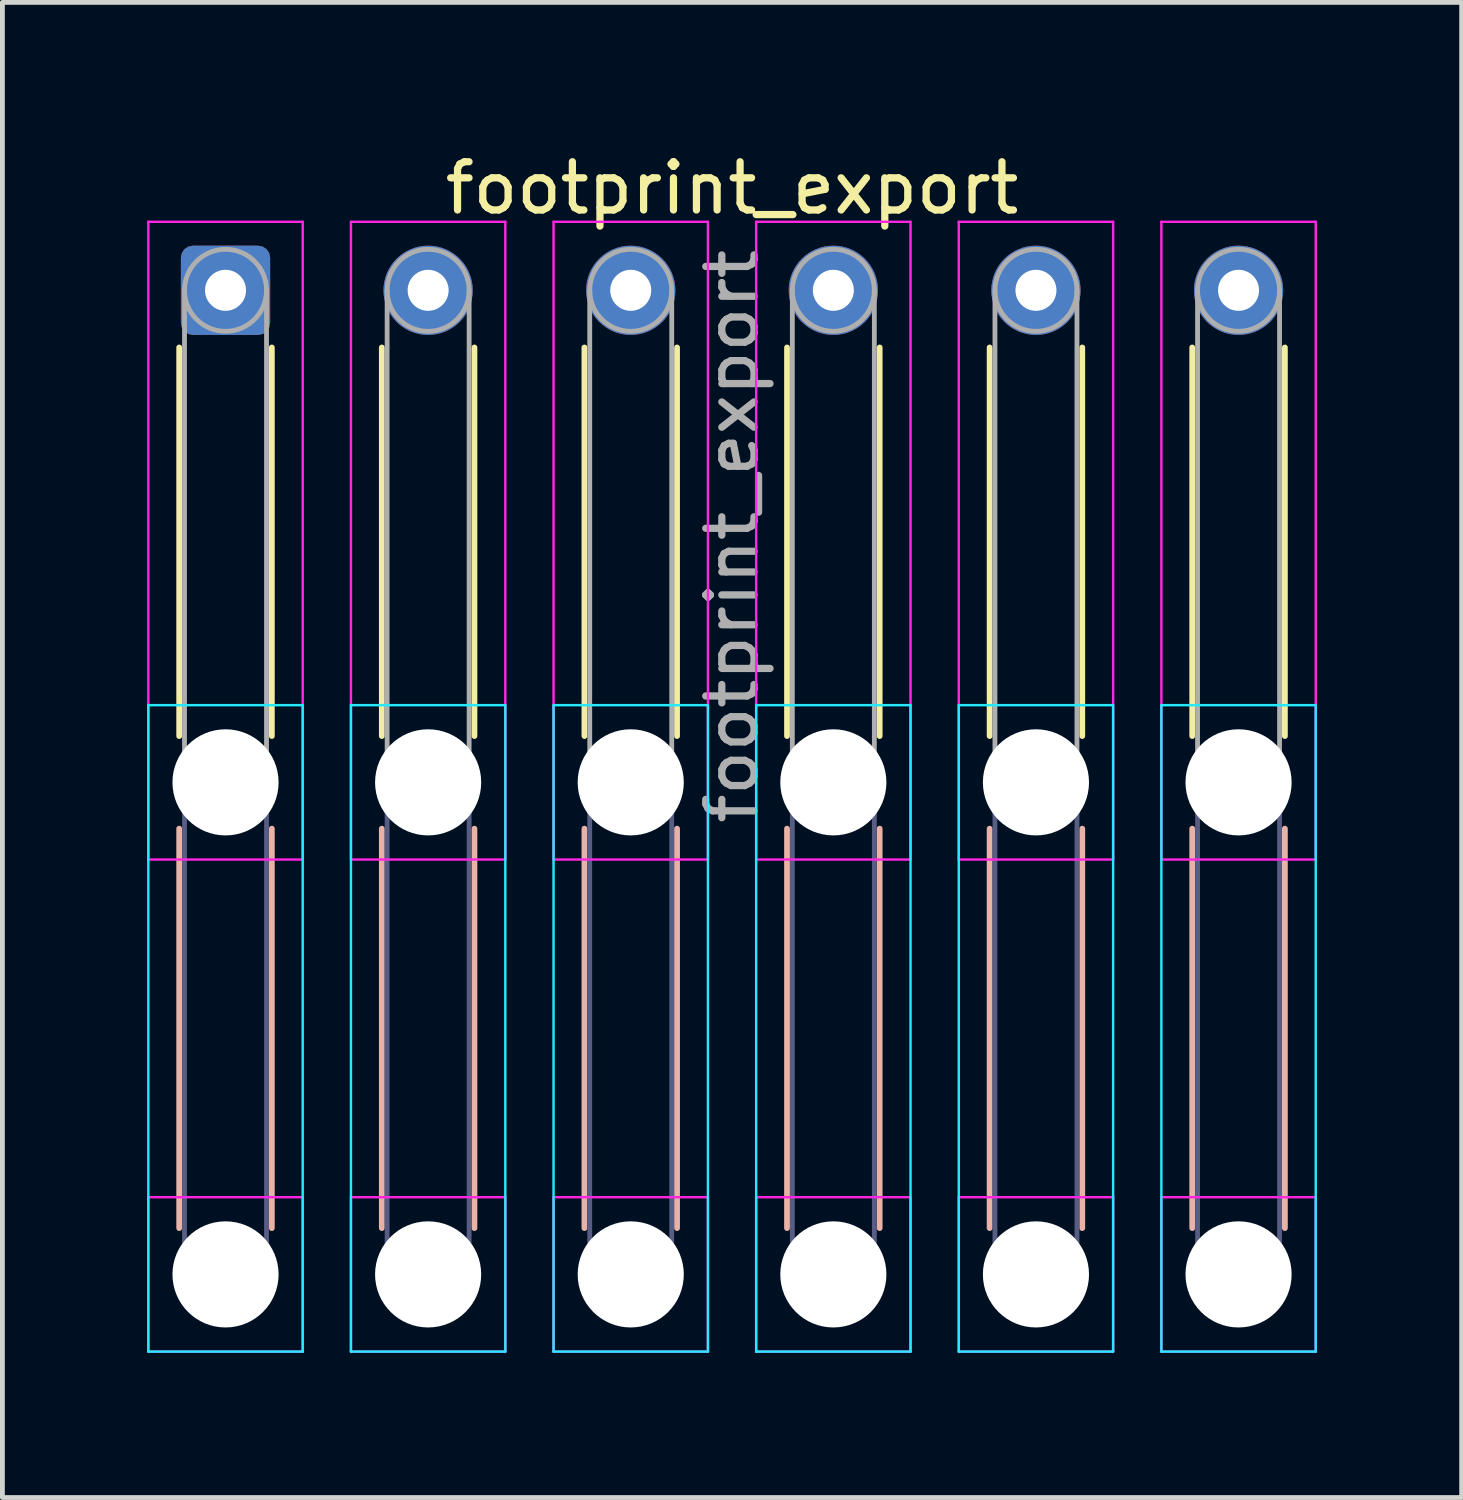
<source format=kicad_pcb>
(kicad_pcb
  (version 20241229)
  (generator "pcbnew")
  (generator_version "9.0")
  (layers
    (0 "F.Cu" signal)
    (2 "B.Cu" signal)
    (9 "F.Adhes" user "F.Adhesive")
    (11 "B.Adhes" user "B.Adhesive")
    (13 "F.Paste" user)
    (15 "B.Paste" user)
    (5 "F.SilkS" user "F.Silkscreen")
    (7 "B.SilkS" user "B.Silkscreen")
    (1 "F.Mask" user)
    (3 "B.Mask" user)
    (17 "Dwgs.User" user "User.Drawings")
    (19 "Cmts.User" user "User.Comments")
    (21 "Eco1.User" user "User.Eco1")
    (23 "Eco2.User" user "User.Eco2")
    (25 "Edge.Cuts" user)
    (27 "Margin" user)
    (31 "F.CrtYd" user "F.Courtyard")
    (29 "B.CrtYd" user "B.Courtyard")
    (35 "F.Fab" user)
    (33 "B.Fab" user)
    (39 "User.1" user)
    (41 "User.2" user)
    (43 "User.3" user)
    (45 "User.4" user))
  (footprint "footprint_export"
    (layer "F.Cu")
    (at 1.625 2.968)
    (property "Reference" "footprint_export" (at 10.5 -2.12 0) (layer "F.SilkS") (effects (font (size 1 1) (thickness 0.15))))
    (attr exclude_from_pos_files exclude_from_bom)
    (fp_line (start -0.96 1.185) (end -0.96 9.24) (stroke (width 0.12) (type solid)) (layer "F.SilkS"))
    (fp_line (start 0.96 1.185) (end 0.96 9.24) (stroke (width 0.12) (type solid)) (layer "F.SilkS"))
    (fp_line (start 3.24 1.185) (end 3.24 9.24) (stroke (width 0.12) (type solid)) (layer "F.SilkS"))
    (fp_line (start 5.16 1.185) (end 5.16 9.24) (stroke (width 0.12) (type solid)) (layer "F.SilkS"))
    (fp_line (start 7.44 1.185) (end 7.44 9.24) (stroke (width 0.12) (type solid)) (layer "F.SilkS"))
    (fp_line (start 9.36 1.185) (end 9.36 9.24) (stroke (width 0.12) (type solid)) (layer "F.SilkS"))
    (fp_line (start 11.64 1.185) (end 11.64 9.24) (stroke (width 0.12) (type solid)) (layer "F.SilkS"))
    (fp_line (start 13.56 1.185) (end 13.56 9.24) (stroke (width 0.12) (type solid)) (layer "F.SilkS"))
    (fp_line (start 15.84 1.185) (end 15.84 9.24) (stroke (width 0.12) (type solid)) (layer "F.SilkS"))
    (fp_line (start 17.76 1.185) (end 17.76 9.24) (stroke (width 0.12) (type solid)) (layer "F.SilkS"))
    (fp_line (start 20.04 1.185) (end 20.04 9.24) (stroke (width 0.12) (type solid)) (layer "F.SilkS"))
    (fp_line (start 21.96 1.185) (end 21.96 9.24) (stroke (width 0.12) (type solid)) (layer "F.SilkS"))
    (fp_line (start -0.96 11.16) (end -0.96 19.44) (stroke (width 0.12) (type solid)) (layer "B.SilkS"))
    (fp_line (start 0.96 11.16) (end 0.96 19.44) (stroke (width 0.12) (type solid)) (layer "B.SilkS"))
    (fp_line (start 3.24 11.16) (end 3.24 19.44) (stroke (width 0.12) (type solid)) (layer "B.SilkS"))
    (fp_line (start 5.16 11.16) (end 5.16 19.44) (stroke (width 0.12) (type solid)) (layer "B.SilkS"))
    (fp_line (start 7.44 11.16) (end 7.44 19.44) (stroke (width 0.12) (type solid)) (layer "B.SilkS"))
    (fp_line (start 9.36 11.16) (end 9.36 19.44) (stroke (width 0.12) (type solid)) (layer "B.SilkS"))
    (fp_line (start 11.64 11.16) (end 11.64 19.44) (stroke (width 0.12) (type solid)) (layer "B.SilkS"))
    (fp_line (start 13.56 11.16) (end 13.56 19.44) (stroke (width 0.12) (type solid)) (layer "B.SilkS"))
    (fp_line (start 15.84 11.16) (end 15.84 19.44) (stroke (width 0.12) (type solid)) (layer "B.SilkS"))
    (fp_line (start 17.76 11.16) (end 17.76 19.44) (stroke (width 0.12) (type solid)) (layer "B.SilkS"))
    (fp_line (start 20.04 11.16) (end 20.04 19.44) (stroke (width 0.12) (type solid)) (layer "B.SilkS"))
    (fp_line (start 21.96 11.16) (end 21.96 19.44) (stroke (width 0.12) (type solid)) (layer "B.SilkS"))
    (fp_line (start -1.6 8.6) (end -1.6 22) (stroke (width 0.05) (type solid)) (layer "B.CrtYd"))
    (fp_line (start -1.6 22) (end 1.6 22) (stroke (width 0.05) (type solid)) (layer "B.CrtYd"))
    (fp_line (start 1.6 8.6) (end -1.6 8.6) (stroke (width 0.05) (type solid)) (layer "B.CrtYd"))
    (fp_line (start 1.6 22) (end 1.6 8.6) (stroke (width 0.05) (type solid)) (layer "B.CrtYd"))
    (fp_line (start 2.6 8.6) (end 2.6 22) (stroke (width 0.05) (type solid)) (layer "B.CrtYd"))
    (fp_line (start 2.6 22) (end 5.8 22) (stroke (width 0.05) (type solid)) (layer "B.CrtYd"))
    (fp_line (start 5.8 8.6) (end 2.6 8.6) (stroke (width 0.05) (type solid)) (layer "B.CrtYd"))
    (fp_line (start 5.8 22) (end 5.8 8.6) (stroke (width 0.05) (type solid)) (layer "B.CrtYd"))
    (fp_line (start 6.8 8.6) (end 6.8 22) (stroke (width 0.05) (type solid)) (layer "B.CrtYd"))
    (fp_line (start 6.8 22) (end 10 22) (stroke (width 0.05) (type solid)) (layer "B.CrtYd"))
    (fp_line (start 10 8.6) (end 6.8 8.6) (stroke (width 0.05) (type solid)) (layer "B.CrtYd"))
    (fp_line (start 10 22) (end 10 8.6) (stroke (width 0.05) (type solid)) (layer "B.CrtYd"))
    (fp_line (start 11 8.6) (end 11 22) (stroke (width 0.05) (type solid)) (layer "B.CrtYd"))
    (fp_line (start 11 22) (end 14.2 22) (stroke (width 0.05) (type solid)) (layer "B.CrtYd"))
    (fp_line (start 14.2 8.6) (end 11 8.6) (stroke (width 0.05) (type solid)) (layer "B.CrtYd"))
    (fp_line (start 14.2 22) (end 14.2 8.6) (stroke (width 0.05) (type solid)) (layer "B.CrtYd"))
    (fp_line (start 15.2 8.6) (end 15.2 22) (stroke (width 0.05) (type solid)) (layer "B.CrtYd"))
    (fp_line (start 15.2 22) (end 18.4 22) (stroke (width 0.05) (type solid)) (layer "B.CrtYd"))
    (fp_line (start 18.4 8.6) (end 15.2 8.6) (stroke (width 0.05) (type solid)) (layer "B.CrtYd"))
    (fp_line (start 18.4 22) (end 18.4 8.6) (stroke (width 0.05) (type solid)) (layer "B.CrtYd"))
    (fp_line (start 19.4 8.6) (end 19.4 22) (stroke (width 0.05) (type solid)) (layer "B.CrtYd"))
    (fp_line (start 19.4 22) (end 22.6 22) (stroke (width 0.05) (type solid)) (layer "B.CrtYd"))
    (fp_line (start 22.6 8.6) (end 19.4 8.6) (stroke (width 0.05) (type solid)) (layer "B.CrtYd"))
    (fp_line (start 22.6 22) (end 22.6 8.6) (stroke (width 0.05) (type solid)) (layer "B.CrtYd"))
    (fp_line (start -1.6 -1.42) (end -1.6 11.8) (stroke (width 0.05) (type solid)) (layer "F.CrtYd"))
    (fp_line (start -1.6 11.8) (end 1.6 11.8) (stroke (width 0.05) (type solid)) (layer "F.CrtYd"))
    (fp_line (start -1.6 18.8) (end -1.6 22) (stroke (width 0.05) (type solid)) (layer "F.CrtYd"))
    (fp_line (start -1.6 22) (end 1.6 22) (stroke (width 0.05) (type solid)) (layer "F.CrtYd"))
    (fp_line (start 1.6 -1.42) (end -1.6 -1.42) (stroke (width 0.05) (type solid)) (layer "F.CrtYd"))
    (fp_line (start 1.6 11.8) (end 1.6 -1.42) (stroke (width 0.05) (type solid)) (layer "F.CrtYd"))
    (fp_line (start 1.6 18.8) (end -1.6 18.8) (stroke (width 0.05) (type solid)) (layer "F.CrtYd"))
    (fp_line (start 1.6 22) (end 1.6 18.8) (stroke (width 0.05) (type solid)) (layer "F.CrtYd"))
    (fp_line (start 2.6 -1.42) (end 2.6 11.8) (stroke (width 0.05) (type solid)) (layer "F.CrtYd"))
    (fp_line (start 2.6 11.8) (end 5.8 11.8) (stroke (width 0.05) (type solid)) (layer "F.CrtYd"))
    (fp_line (start 2.6 18.8) (end 2.6 22) (stroke (width 0.05) (type solid)) (layer "F.CrtYd"))
    (fp_line (start 2.6 22) (end 5.8 22) (stroke (width 0.05) (type solid)) (layer "F.CrtYd"))
    (fp_line (start 5.8 -1.42) (end 2.6 -1.42) (stroke (width 0.05) (type solid)) (layer "F.CrtYd"))
    (fp_line (start 5.8 11.8) (end 5.8 -1.42) (stroke (width 0.05) (type solid)) (layer "F.CrtYd"))
    (fp_line (start 5.8 18.8) (end 2.6 18.8) (stroke (width 0.05) (type solid)) (layer "F.CrtYd"))
    (fp_line (start 5.8 22) (end 5.8 18.8) (stroke (width 0.05) (type solid)) (layer "F.CrtYd"))
    (fp_line (start 6.8 -1.42) (end 6.8 11.8) (stroke (width 0.05) (type solid)) (layer "F.CrtYd"))
    (fp_line (start 6.8 11.8) (end 10 11.8) (stroke (width 0.05) (type solid)) (layer "F.CrtYd"))
    (fp_line (start 6.8 18.8) (end 6.8 22) (stroke (width 0.05) (type solid)) (layer "F.CrtYd"))
    (fp_line (start 6.8 22) (end 10 22) (stroke (width 0.05) (type solid)) (layer "F.CrtYd"))
    (fp_line (start 10 -1.42) (end 6.8 -1.42) (stroke (width 0.05) (type solid)) (layer "F.CrtYd"))
    (fp_line (start 10 11.8) (end 10 -1.42) (stroke (width 0.05) (type solid)) (layer "F.CrtYd"))
    (fp_line (start 10 18.8) (end 6.8 18.8) (stroke (width 0.05) (type solid)) (layer "F.CrtYd"))
    (fp_line (start 10 22) (end 10 18.8) (stroke (width 0.05) (type solid)) (layer "F.CrtYd"))
    (fp_line (start 11 -1.42) (end 11 11.8) (stroke (width 0.05) (type solid)) (layer "F.CrtYd"))
    (fp_line (start 11 11.8) (end 14.2 11.8) (stroke (width 0.05) (type solid)) (layer "F.CrtYd"))
    (fp_line (start 11 18.8) (end 11 22) (stroke (width 0.05) (type solid)) (layer "F.CrtYd"))
    (fp_line (start 11 22) (end 14.2 22) (stroke (width 0.05) (type solid)) (layer "F.CrtYd"))
    (fp_line (start 14.2 -1.42) (end 11 -1.42) (stroke (width 0.05) (type solid)) (layer "F.CrtYd"))
    (fp_line (start 14.2 11.8) (end 14.2 -1.42) (stroke (width 0.05) (type solid)) (layer "F.CrtYd"))
    (fp_line (start 14.2 18.8) (end 11 18.8) (stroke (width 0.05) (type solid)) (layer "F.CrtYd"))
    (fp_line (start 14.2 22) (end 14.2 18.8) (stroke (width 0.05) (type solid)) (layer "F.CrtYd"))
    (fp_line (start 15.2 -1.42) (end 15.2 11.8) (stroke (width 0.05) (type solid)) (layer "F.CrtYd"))
    (fp_line (start 15.2 11.8) (end 18.4 11.8) (stroke (width 0.05) (type solid)) (layer "F.CrtYd"))
    (fp_line (start 15.2 18.8) (end 15.2 22) (stroke (width 0.05) (type solid)) (layer "F.CrtYd"))
    (fp_line (start 15.2 22) (end 18.4 22) (stroke (width 0.05) (type solid)) (layer "F.CrtYd"))
    (fp_line (start 18.4 -1.42) (end 15.2 -1.42) (stroke (width 0.05) (type solid)) (layer "F.CrtYd"))
    (fp_line (start 18.4 11.8) (end 18.4 -1.42) (stroke (width 0.05) (type solid)) (layer "F.CrtYd"))
    (fp_line (start 18.4 18.8) (end 15.2 18.8) (stroke (width 0.05) (type solid)) (layer "F.CrtYd"))
    (fp_line (start 18.4 22) (end 18.4 18.8) (stroke (width 0.05) (type solid)) (layer "F.CrtYd"))
    (fp_line (start 19.4 -1.42) (end 19.4 11.8) (stroke (width 0.05) (type solid)) (layer "F.CrtYd"))
    (fp_line (start 19.4 11.8) (end 22.6 11.8) (stroke (width 0.05) (type solid)) (layer "F.CrtYd"))
    (fp_line (start 19.4 18.8) (end 19.4 22) (stroke (width 0.05) (type solid)) (layer "F.CrtYd"))
    (fp_line (start 19.4 22) (end 22.6 22) (stroke (width 0.05) (type solid)) (layer "F.CrtYd"))
    (fp_line (start 22.6 -1.42) (end 19.4 -1.42) (stroke (width 0.05) (type solid)) (layer "F.CrtYd"))
    (fp_line (start 22.6 11.8) (end 22.6 -1.42) (stroke (width 0.05) (type solid)) (layer "F.CrtYd"))
    (fp_line (start 22.6 18.8) (end 19.4 18.8) (stroke (width 0.05) (type solid)) (layer "F.CrtYd"))
    (fp_line (start 22.6 22) (end 22.6 18.8) (stroke (width 0.05) (type solid)) (layer "F.CrtYd"))
    (fp_line (start -0.85 10.2) (end -0.85 20.4) (stroke (width 0.1) (type solid)) (layer "B.Fab"))
    (fp_line (start 0.85 10.2) (end 0.85 20.4) (stroke (width 0.1) (type solid)) (layer "B.Fab"))
    (fp_line (start 3.35 10.2) (end 3.35 20.4) (stroke (width 0.1) (type solid)) (layer "B.Fab"))
    (fp_line (start 5.05 10.2) (end 5.05 20.4) (stroke (width 0.1) (type solid)) (layer "B.Fab"))
    (fp_line (start 7.55 10.2) (end 7.55 20.4) (stroke (width 0.1) (type solid)) (layer "B.Fab"))
    (fp_line (start 9.25 10.2) (end 9.25 20.4) (stroke (width 0.1) (type solid)) (layer "B.Fab"))
    (fp_line (start 11.75 10.2) (end 11.75 20.4) (stroke (width 0.1) (type solid)) (layer "B.Fab"))
    (fp_line (start 13.45 10.2) (end 13.45 20.4) (stroke (width 0.1) (type solid)) (layer "B.Fab"))
    (fp_line (start 15.95 10.2) (end 15.95 20.4) (stroke (width 0.1) (type solid)) (layer "B.Fab"))
    (fp_line (start 17.65 10.2) (end 17.65 20.4) (stroke (width 0.1) (type solid)) (layer "B.Fab"))
    (fp_line (start 20.15 10.2) (end 20.15 20.4) (stroke (width 0.1) (type solid)) (layer "B.Fab"))
    (fp_line (start 21.85 10.2) (end 21.85 20.4) (stroke (width 0.1) (type solid)) (layer "B.Fab"))
    (fp_circle (center 0 10.2) (end 0.85 10.2) (stroke (width 0.1) (type solid)) (fill no) (layer "B.Fab"))
    (fp_circle (center 0 20.4) (end 0.85 20.4) (stroke (width 0.1) (type solid)) (fill no) (layer "B.Fab"))
    (fp_circle (center 4.2 10.2) (end 5.05 10.2) (stroke (width 0.1) (type solid)) (fill no) (layer "B.Fab"))
    (fp_circle (center 4.2 20.4) (end 5.05 20.4) (stroke (width 0.1) (type solid)) (fill no) (layer "B.Fab"))
    (fp_circle (center 8.4 10.2) (end 9.25 10.2) (stroke (width 0.1) (type solid)) (fill no) (layer "B.Fab"))
    (fp_circle (center 8.4 20.4) (end 9.25 20.4) (stroke (width 0.1) (type solid)) (fill no) (layer "B.Fab"))
    (fp_circle (center 12.6 10.2) (end 13.45 10.2) (stroke (width 0.1) (type solid)) (fill no) (layer "B.Fab"))
    (fp_circle (center 12.6 20.4) (end 13.45 20.4) (stroke (width 0.1) (type solid)) (fill no) (layer "B.Fab"))
    (fp_circle (center 16.8 10.2) (end 17.65 10.2) (stroke (width 0.1) (type solid)) (fill no) (layer "B.Fab"))
    (fp_circle (center 16.8 20.4) (end 17.65 20.4) (stroke (width 0.1) (type solid)) (fill no) (layer "B.Fab"))
    (fp_circle (center 21 10.2) (end 21.85 10.2) (stroke (width 0.1) (type solid)) (fill no) (layer "B.Fab"))
    (fp_circle (center 21 20.4) (end 21.85 20.4) (stroke (width 0.1) (type solid)) (fill no) (layer "B.Fab"))
    (fp_line (start -0.85 0) (end -0.85 10.2) (stroke (width 0.1) (type solid)) (layer "F.Fab"))
    (fp_line (start 0.85 0) (end 0.85 10.2) (stroke (width 0.1) (type solid)) (layer "F.Fab"))
    (fp_line (start 3.35 0) (end 3.35 10.2) (stroke (width 0.1) (type solid)) (layer "F.Fab"))
    (fp_line (start 5.05 0) (end 5.05 10.2) (stroke (width 0.1) (type solid)) (layer "F.Fab"))
    (fp_line (start 7.55 0) (end 7.55 10.2) (stroke (width 0.1) (type solid)) (layer "F.Fab"))
    (fp_line (start 9.25 0) (end 9.25 10.2) (stroke (width 0.1) (type solid)) (layer "F.Fab"))
    (fp_line (start 11.75 0) (end 11.75 10.2) (stroke (width 0.1) (type solid)) (layer "F.Fab"))
    (fp_line (start 13.45 0) (end 13.45 10.2) (stroke (width 0.1) (type solid)) (layer "F.Fab"))
    (fp_line (start 15.95 0) (end 15.95 10.2) (stroke (width 0.1) (type solid)) (layer "F.Fab"))
    (fp_line (start 17.65 0) (end 17.65 10.2) (stroke (width 0.1) (type solid)) (layer "F.Fab"))
    (fp_line (start 20.15 0) (end 20.15 10.2) (stroke (width 0.1) (type solid)) (layer "F.Fab"))
    (fp_line (start 21.85 0) (end 21.85 10.2) (stroke (width 0.1) (type solid)) (layer "F.Fab"))
    (fp_circle (center 0 0) (end 0.85 0) (stroke (width 0.1) (type solid)) (fill no) (layer "F.Fab"))
    (fp_circle (center 0 10.2) (end 0.85 10.2) (stroke (width 0.1) (type solid)) (fill no) (layer "F.Fab"))
    (fp_circle (center 0 20.4) (end 0.85 20.4) (stroke (width 0.1) (type solid)) (fill no) (layer "F.Fab"))
    (fp_circle (center 4.2 0) (end 5.05 0) (stroke (width 0.1) (type solid)) (fill no) (layer "F.Fab"))
    (fp_circle (center 4.2 10.2) (end 5.05 10.2) (stroke (width 0.1) (type solid)) (fill no) (layer "F.Fab"))
    (fp_circle (center 4.2 20.4) (end 5.05 20.4) (stroke (width 0.1) (type solid)) (fill no) (layer "F.Fab"))
    (fp_circle (center 8.4 0) (end 9.25 0) (stroke (width 0.1) (type solid)) (fill no) (layer "F.Fab"))
    (fp_circle (center 8.4 10.2) (end 9.25 10.2) (stroke (width 0.1) (type solid)) (fill no) (layer "F.Fab"))
    (fp_circle (center 8.4 20.4) (end 9.25 20.4) (stroke (width 0.1) (type solid)) (fill no) (layer "F.Fab"))
    (fp_circle (center 12.6 0) (end 13.45 0) (stroke (width 0.1) (type solid)) (fill no) (layer "F.Fab"))
    (fp_circle (center 12.6 10.2) (end 13.45 10.2) (stroke (width 0.1) (type solid)) (fill no) (layer "F.Fab"))
    (fp_circle (center 12.6 20.4) (end 13.45 20.4) (stroke (width 0.1) (type solid)) (fill no) (layer "F.Fab"))
    (fp_circle (center 16.8 0) (end 17.65 0) (stroke (width 0.1) (type solid)) (fill no) (layer "F.Fab"))
    (fp_circle (center 16.8 10.2) (end 17.65 10.2) (stroke (width 0.1) (type solid)) (fill no) (layer "F.Fab"))
    (fp_circle (center 16.8 20.4) (end 17.65 20.4) (stroke (width 0.1) (type solid)) (fill no) (layer "F.Fab"))
    (fp_circle (center 21 0) (end 21.85 0) (stroke (width 0.1) (type solid)) (fill no) (layer "F.Fab"))
    (fp_circle (center 21 10.2) (end 21.85 10.2) (stroke (width 0.1) (type solid)) (fill no) (layer "F.Fab"))
    (fp_circle (center 21 20.4) (end 21.85 20.4) (stroke (width 0.1) (type solid)) (fill no) (layer "F.Fab"))
    (fp_text user "${REFERENCE}" (at 10.5 5.1 90) (layer "F.Fab") (effects (font (size 1 1) (thickness 0.15))))
    (pad "" np_thru_hole circle (at 0 10.2) (size 2.2 2.2) (drill 2.2) (layers "*.Cu" "*.Mask"))
    (pad "" np_thru_hole circle (at 0 20.4) (size 2.2 2.2) (drill 2.2) (layers "*.Cu" "*.Mask"))
    (pad "" np_thru_hole circle (at 4.2 10.2) (size 2.2 2.2) (drill 2.2) (layers "*.Cu" "*.Mask"))
    (pad "" np_thru_hole circle (at 4.2 20.4) (size 2.2 2.2) (drill 2.2) (layers "*.Cu" "*.Mask"))
    (pad "" np_thru_hole circle (at 8.4 10.2) (size 2.2 2.2) (drill 2.2) (layers "*.Cu" "*.Mask"))
    (pad "" np_thru_hole circle (at 8.4 20.4) (size 2.2 2.2) (drill 2.2) (layers "*.Cu" "*.Mask"))
    (pad "" np_thru_hole circle (at 12.6 10.2) (size 2.2 2.2) (drill 2.2) (layers "*.Cu" "*.Mask"))
    (pad "" np_thru_hole circle (at 12.6 20.4) (size 2.2 2.2) (drill 2.2) (layers "*.Cu" "*.Mask"))
    (pad "" np_thru_hole circle (at 16.8 10.2) (size 2.2 2.2) (drill 2.2) (layers "*.Cu" "*.Mask"))
    (pad "" np_thru_hole circle (at 16.8 20.4) (size 2.2 2.2) (drill 2.2) (layers "*.Cu" "*.Mask"))
    (pad "" np_thru_hole circle (at 21 10.2) (size 2.2 2.2) (drill 2.2) (layers "*.Cu" "*.Mask"))
    (pad "" np_thru_hole circle (at 21 20.4) (size 2.2 2.2) (drill 2.2) (layers "*.Cu" "*.Mask"))
    (pad "1" thru_hole roundrect (at 0 0) (size 1.85 1.85) (drill 0.85) (layers "*.Cu" "*.Mask") (roundrect_rratio 0.135))
    (pad "2" thru_hole circle (at 4.2 0) (size 1.85 1.85) (drill 0.85) (layers "*.Cu" "*.Mask"))
    (pad "3" thru_hole circle (at 8.4 0) (size 1.85 1.85) (drill 0.85) (layers "*.Cu" "*.Mask"))
    (pad "4" thru_hole circle (at 12.6 0) (size 1.85 1.85) (drill 0.85) (layers "*.Cu" "*.Mask"))
    (pad "5" thru_hole circle (at 16.8 0) (size 1.85 1.85) (drill 0.85) (layers "*.Cu" "*.Mask"))
    (pad "6" thru_hole circle (at 21 0) (size 1.85 1.85) (drill 0.85) (layers "*.Cu" "*.Mask")))
  (gr_rect
    (start -3 -3)
    (end 27.25 27.993)
    (stroke (width 0.1) (type default))
    (fill no)
    (layer "Edge.Cuts")))
</source>
